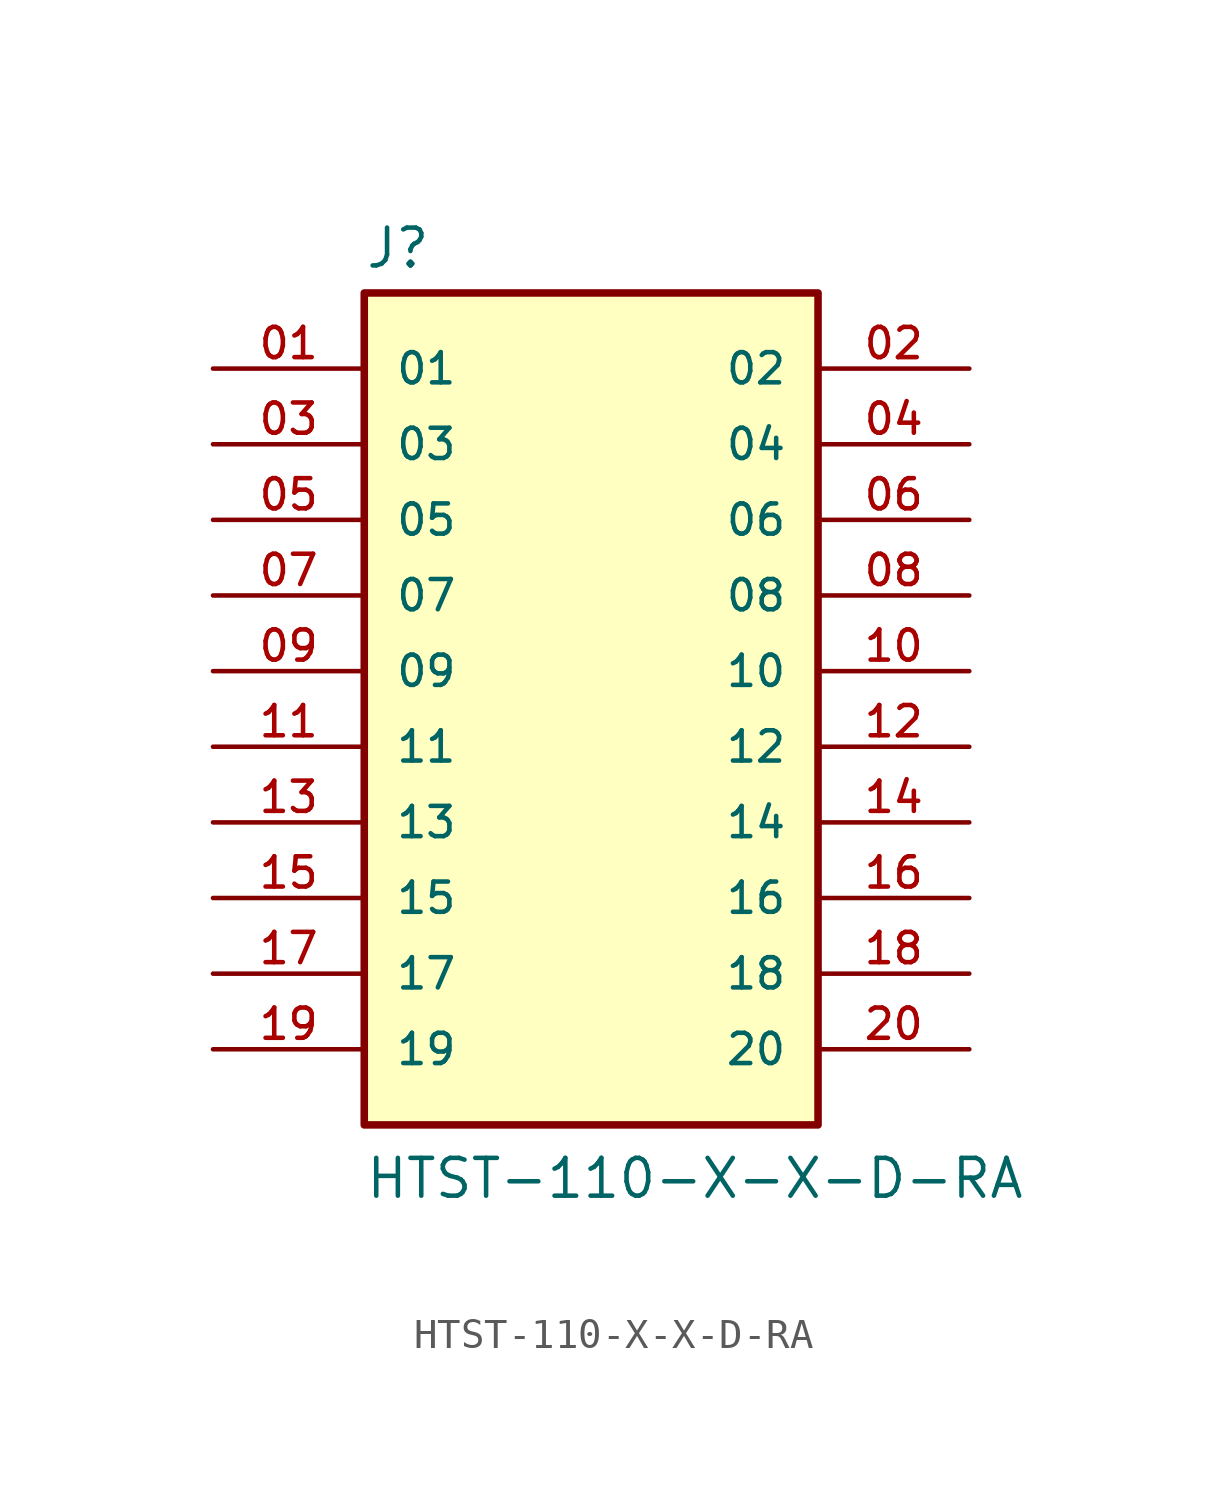
<source format=kicad_sym>
(kicad_symbol_lib
  (version 20211014)
  (generator kicad_symbol_editor)
  (symbol "HTST-110-X-X-D-RA"
    (pin_names
      (offset 1.016))
    (property "Reference" "J"
      (at -7.62 13.462 0)
      (effects (font (size 1.27 1.27)) (justify bottom left)))
    (property "Value" "HTST-110-X-X-D-RA"
      (at -7.62 -17.78 0)
      (effects (font (size 1.27 1.27)) (justify bottom left)))
    (symbol "HTST-110-X-X-D-RA_0_0"
      (rectangle (start -7.62 -15.24) (end 7.62 12.7) (stroke (width 0.254)) (fill (type background)))
      (pin passive line (at -12.7 10.16 0) (length 5.08) (name "01" (effects (font (size 1.016 1.016)))) (number "01" (effects (font (size 1.016 1.016)))))
      (pin passive line (at 12.7 10.16 180.0) (length 5.08) (name "02" (effects (font (size 1.016 1.016)))) (number "02" (effects (font (size 1.016 1.016)))))
      (pin passive line (at -12.7 7.62 0) (length 5.08) (name "03" (effects (font (size 1.016 1.016)))) (number "03" (effects (font (size 1.016 1.016)))))
      (pin passive line (at 12.7 7.62 180.0) (length 5.08) (name "04" (effects (font (size 1.016 1.016)))) (number "04" (effects (font (size 1.016 1.016)))))
      (pin passive line (at -12.7 5.08 0) (length 5.08) (name "05" (effects (font (size 1.016 1.016)))) (number "05" (effects (font (size 1.016 1.016)))))
      (pin passive line (at 12.7 5.08 180.0) (length 5.08) (name "06" (effects (font (size 1.016 1.016)))) (number "06" (effects (font (size 1.016 1.016)))))
      (pin passive line (at -12.7 2.54 0) (length 5.08) (name "07" (effects (font (size 1.016 1.016)))) (number "07" (effects (font (size 1.016 1.016)))))
      (pin passive line (at 12.7 2.54 180.0) (length 5.08) (name "08" (effects (font (size 1.016 1.016)))) (number "08" (effects (font (size 1.016 1.016)))))
      (pin passive line (at -12.7 0.0 0) (length 5.08) (name "09" (effects (font (size 1.016 1.016)))) (number "09" (effects (font (size 1.016 1.016)))))
      (pin passive line (at 12.7 0.0 180.0) (length 5.08) (name "10" (effects (font (size 1.016 1.016)))) (number "10" (effects (font (size 1.016 1.016)))))
      (pin passive line (at -12.7 -2.54 0) (length 5.08) (name "11" (effects (font (size 1.016 1.016)))) (number "11" (effects (font (size 1.016 1.016)))))
      (pin passive line (at 12.7 -2.54 180.0) (length 5.08) (name "12" (effects (font (size 1.016 1.016)))) (number "12" (effects (font (size 1.016 1.016)))))
      (pin passive line (at -12.7 -5.08 0) (length 5.08) (name "13" (effects (font (size 1.016 1.016)))) (number "13" (effects (font (size 1.016 1.016)))))
      (pin passive line (at 12.7 -5.08 180.0) (length 5.08) (name "14" (effects (font (size 1.016 1.016)))) (number "14" (effects (font (size 1.016 1.016)))))
      (pin passive line (at -12.7 -7.62 0) (length 5.08) (name "15" (effects (font (size 1.016 1.016)))) (number "15" (effects (font (size 1.016 1.016)))))
      (pin passive line (at 12.7 -7.62 180.0) (length 5.08) (name "16" (effects (font (size 1.016 1.016)))) (number "16" (effects (font (size 1.016 1.016)))))
      (pin passive line (at -12.7 -10.16 0) (length 5.08) (name "17" (effects (font (size 1.016 1.016)))) (number "17" (effects (font (size 1.016 1.016)))))
      (pin passive line (at 12.7 -10.16 180.0) (length 5.08) (name "18" (effects (font (size 1.016 1.016)))) (number "18" (effects (font (size 1.016 1.016)))))
      (pin passive line (at -12.7 -12.7 0) (length 5.08) (name "19" (effects (font (size 1.016 1.016)))) (number "19" (effects (font (size 1.016 1.016)))))
      (pin passive line (at 12.7 -12.7 180.0) (length 5.08) (name "20" (effects (font (size 1.016 1.016)))) (number "20" (effects (font (size 1.016 1.016))))))))
</source>
